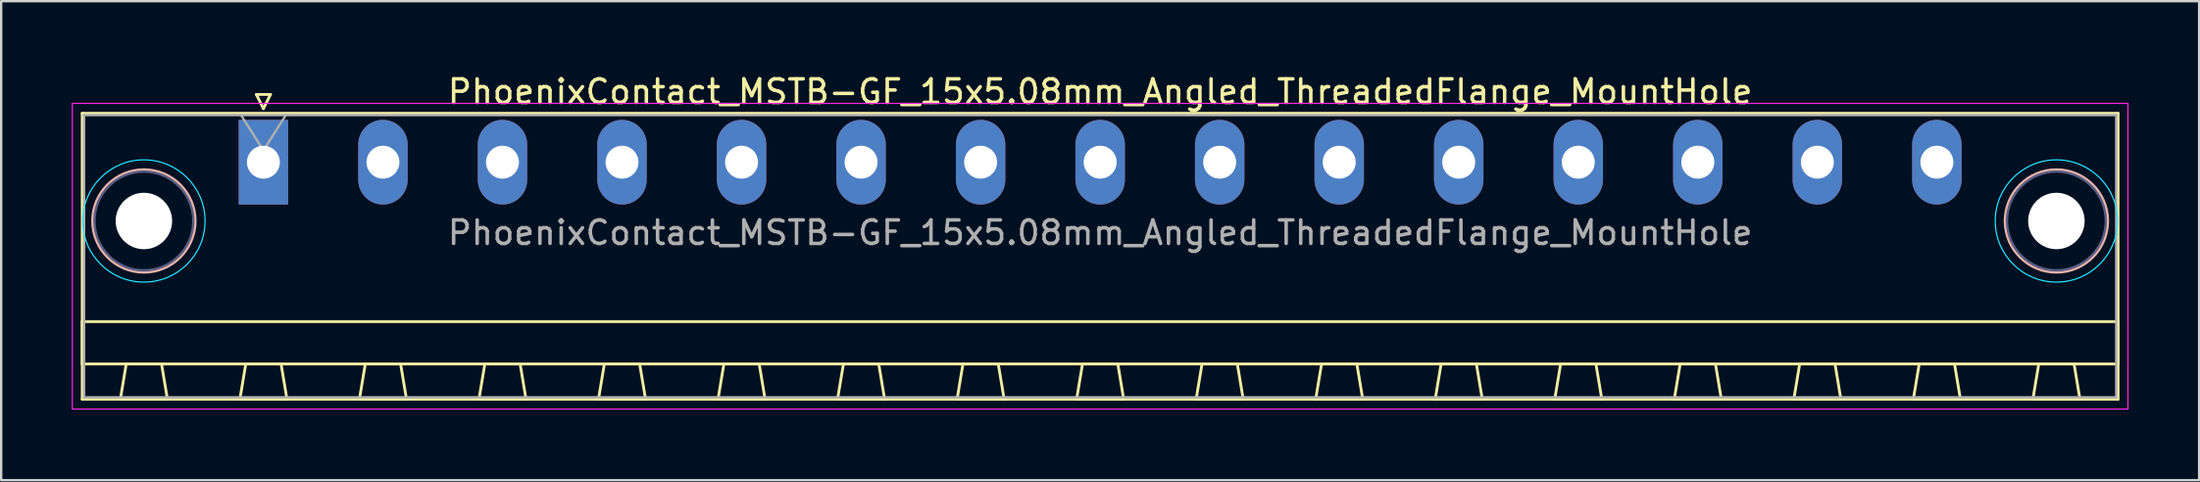
<source format=kicad_pcb>
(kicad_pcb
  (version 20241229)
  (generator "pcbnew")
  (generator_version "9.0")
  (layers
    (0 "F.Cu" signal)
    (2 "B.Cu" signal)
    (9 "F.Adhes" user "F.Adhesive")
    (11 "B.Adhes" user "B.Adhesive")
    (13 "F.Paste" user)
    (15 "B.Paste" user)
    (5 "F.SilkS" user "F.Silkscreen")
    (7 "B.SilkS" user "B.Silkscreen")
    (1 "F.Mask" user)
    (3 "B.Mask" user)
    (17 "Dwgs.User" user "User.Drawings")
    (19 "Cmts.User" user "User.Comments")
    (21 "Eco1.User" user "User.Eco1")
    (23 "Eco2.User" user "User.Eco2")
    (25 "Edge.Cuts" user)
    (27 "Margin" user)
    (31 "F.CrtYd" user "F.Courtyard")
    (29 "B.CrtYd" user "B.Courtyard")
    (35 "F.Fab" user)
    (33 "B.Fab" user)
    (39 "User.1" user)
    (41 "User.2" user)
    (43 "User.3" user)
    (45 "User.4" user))
  (footprint "PhoenixContact_MSTB-GF_15x5.08mm_Angled_ThreadedFlange_MountHole"
    (layer "F.Cu")
    (at 8.145 3.848)
    (property "Reference" "PhoenixContact_MSTB-GF_15x5.08mm_Angled_ThreadedFlange_MountHole" (at 35.56 -3 0) (layer "F.SilkS") (effects (font (size 1 1) (thickness 0.15))))
    (attr through_hole)
    (fp_line (start -7.7 -2.08) (end -7.7 10.08) (stroke (width 0.12) (type solid)) (layer "F.SilkS"))
    (fp_line (start -7.7 6.78) (end 78.82 6.78) (stroke (width 0.12) (type solid)) (layer "F.SilkS"))
    (fp_line (start -7.7 8.58) (end -7.7 6.78) (stroke (width 0.12) (type solid)) (layer "F.SilkS"))
    (fp_line (start -7.7 10.08) (end 78.82 10.08) (stroke (width 0.12) (type solid)) (layer "F.SilkS"))
    (fp_line (start -6.08 10.08) (end -4.08 10.08) (stroke (width 0.12) (type solid)) (layer "F.SilkS"))
    (fp_line (start -5.83 8.58) (end -6.08 10.08) (stroke (width 0.12) (type solid)) (layer "F.SilkS"))
    (fp_line (start -4.33 8.58) (end -5.83 8.58) (stroke (width 0.12) (type solid)) (layer "F.SilkS"))
    (fp_line (start -4.08 10.08) (end -4.33 8.58) (stroke (width 0.12) (type solid)) (layer "F.SilkS"))
    (fp_line (start -1 10.08) (end 1 10.08) (stroke (width 0.12) (type solid)) (layer "F.SilkS"))
    (fp_line (start -0.75 8.58) (end -1 10.08) (stroke (width 0.12) (type solid)) (layer "F.SilkS"))
    (fp_line (start -0.3 -2.88) (end 0.3 -2.88) (stroke (width 0.12) (type solid)) (layer "F.SilkS"))
    (fp_line (start 0 -2.28) (end -0.3 -2.88) (stroke (width 0.12) (type solid)) (layer "F.SilkS"))
    (fp_line (start 0.3 -2.88) (end 0 -2.28) (stroke (width 0.12) (type solid)) (layer "F.SilkS"))
    (fp_line (start 0.75 8.58) (end -0.75 8.58) (stroke (width 0.12) (type solid)) (layer "F.SilkS"))
    (fp_line (start 1 10.08) (end 0.75 8.58) (stroke (width 0.12) (type solid)) (layer "F.SilkS"))
    (fp_line (start 4.08 10.08) (end 6.08 10.08) (stroke (width 0.12) (type solid)) (layer "F.SilkS"))
    (fp_line (start 4.33 8.58) (end 4.08 10.08) (stroke (width 0.12) (type solid)) (layer "F.SilkS"))
    (fp_line (start 5.83 8.58) (end 4.33 8.58) (stroke (width 0.12) (type solid)) (layer "F.SilkS"))
    (fp_line (start 6.08 10.08) (end 5.83 8.58) (stroke (width 0.12) (type solid)) (layer "F.SilkS"))
    (fp_line (start 9.16 10.08) (end 11.16 10.08) (stroke (width 0.12) (type solid)) (layer "F.SilkS"))
    (fp_line (start 9.41 8.58) (end 9.16 10.08) (stroke (width 0.12) (type solid)) (layer "F.SilkS"))
    (fp_line (start 10.91 8.58) (end 9.41 8.58) (stroke (width 0.12) (type solid)) (layer "F.SilkS"))
    (fp_line (start 11.16 10.08) (end 10.91 8.58) (stroke (width 0.12) (type solid)) (layer "F.SilkS"))
    (fp_line (start 14.24 10.08) (end 16.24 10.08) (stroke (width 0.12) (type solid)) (layer "F.SilkS"))
    (fp_line (start 14.49 8.58) (end 14.24 10.08) (stroke (width 0.12) (type solid)) (layer "F.SilkS"))
    (fp_line (start 15.99 8.58) (end 14.49 8.58) (stroke (width 0.12) (type solid)) (layer "F.SilkS"))
    (fp_line (start 16.24 10.08) (end 15.99 8.58) (stroke (width 0.12) (type solid)) (layer "F.SilkS"))
    (fp_line (start 19.32 10.08) (end 21.32 10.08) (stroke (width 0.12) (type solid)) (layer "F.SilkS"))
    (fp_line (start 19.57 8.58) (end 19.32 10.08) (stroke (width 0.12) (type solid)) (layer "F.SilkS"))
    (fp_line (start 21.07 8.58) (end 19.57 8.58) (stroke (width 0.12) (type solid)) (layer "F.SilkS"))
    (fp_line (start 21.32 10.08) (end 21.07 8.58) (stroke (width 0.12) (type solid)) (layer "F.SilkS"))
    (fp_line (start 24.4 10.08) (end 26.4 10.08) (stroke (width 0.12) (type solid)) (layer "F.SilkS"))
    (fp_line (start 24.65 8.58) (end 24.4 10.08) (stroke (width 0.12) (type solid)) (layer "F.SilkS"))
    (fp_line (start 26.15 8.58) (end 24.65 8.58) (stroke (width 0.12) (type solid)) (layer "F.SilkS"))
    (fp_line (start 26.4 10.08) (end 26.15 8.58) (stroke (width 0.12) (type solid)) (layer "F.SilkS"))
    (fp_line (start 29.48 10.08) (end 31.48 10.08) (stroke (width 0.12) (type solid)) (layer "F.SilkS"))
    (fp_line (start 29.73 8.58) (end 29.48 10.08) (stroke (width 0.12) (type solid)) (layer "F.SilkS"))
    (fp_line (start 31.23 8.58) (end 29.73 8.58) (stroke (width 0.12) (type solid)) (layer "F.SilkS"))
    (fp_line (start 31.48 10.08) (end 31.23 8.58) (stroke (width 0.12) (type solid)) (layer "F.SilkS"))
    (fp_line (start 34.56 10.08) (end 36.56 10.08) (stroke (width 0.12) (type solid)) (layer "F.SilkS"))
    (fp_line (start 34.81 8.58) (end 34.56 10.08) (stroke (width 0.12) (type solid)) (layer "F.SilkS"))
    (fp_line (start 36.31 8.58) (end 34.81 8.58) (stroke (width 0.12) (type solid)) (layer "F.SilkS"))
    (fp_line (start 36.56 10.08) (end 36.31 8.58) (stroke (width 0.12) (type solid)) (layer "F.SilkS"))
    (fp_line (start 39.64 10.08) (end 41.64 10.08) (stroke (width 0.12) (type solid)) (layer "F.SilkS"))
    (fp_line (start 39.89 8.58) (end 39.64 10.08) (stroke (width 0.12) (type solid)) (layer "F.SilkS"))
    (fp_line (start 41.39 8.58) (end 39.89 8.58) (stroke (width 0.12) (type solid)) (layer "F.SilkS"))
    (fp_line (start 41.64 10.08) (end 41.39 8.58) (stroke (width 0.12) (type solid)) (layer "F.SilkS"))
    (fp_line (start 44.72 10.08) (end 46.72 10.08) (stroke (width 0.12) (type solid)) (layer "F.SilkS"))
    (fp_line (start 44.97 8.58) (end 44.72 10.08) (stroke (width 0.12) (type solid)) (layer "F.SilkS"))
    (fp_line (start 46.47 8.58) (end 44.97 8.58) (stroke (width 0.12) (type solid)) (layer "F.SilkS"))
    (fp_line (start 46.72 10.08) (end 46.47 8.58) (stroke (width 0.12) (type solid)) (layer "F.SilkS"))
    (fp_line (start 49.8 10.08) (end 51.8 10.08) (stroke (width 0.12) (type solid)) (layer "F.SilkS"))
    (fp_line (start 50.05 8.58) (end 49.8 10.08) (stroke (width 0.12) (type solid)) (layer "F.SilkS"))
    (fp_line (start 51.55 8.58) (end 50.05 8.58) (stroke (width 0.12) (type solid)) (layer "F.SilkS"))
    (fp_line (start 51.8 10.08) (end 51.55 8.58) (stroke (width 0.12) (type solid)) (layer "F.SilkS"))
    (fp_line (start 54.88 10.08) (end 56.88 10.08) (stroke (width 0.12) (type solid)) (layer "F.SilkS"))
    (fp_line (start 55.13 8.58) (end 54.88 10.08) (stroke (width 0.12) (type solid)) (layer "F.SilkS"))
    (fp_line (start 56.63 8.58) (end 55.13 8.58) (stroke (width 0.12) (type solid)) (layer "F.SilkS"))
    (fp_line (start 56.88 10.08) (end 56.63 8.58) (stroke (width 0.12) (type solid)) (layer "F.SilkS"))
    (fp_line (start 59.96 10.08) (end 61.96 10.08) (stroke (width 0.12) (type solid)) (layer "F.SilkS"))
    (fp_line (start 60.21 8.58) (end 59.96 10.08) (stroke (width 0.12) (type solid)) (layer "F.SilkS"))
    (fp_line (start 61.71 8.58) (end 60.21 8.58) (stroke (width 0.12) (type solid)) (layer "F.SilkS"))
    (fp_line (start 61.96 10.08) (end 61.71 8.58) (stroke (width 0.12) (type solid)) (layer "F.SilkS"))
    (fp_line (start 65.04 10.08) (end 67.04 10.08) (stroke (width 0.12) (type solid)) (layer "F.SilkS"))
    (fp_line (start 65.29 8.58) (end 65.04 10.08) (stroke (width 0.12) (type solid)) (layer "F.SilkS"))
    (fp_line (start 66.79 8.58) (end 65.29 8.58) (stroke (width 0.12) (type solid)) (layer "F.SilkS"))
    (fp_line (start 67.04 10.08) (end 66.79 8.58) (stroke (width 0.12) (type solid)) (layer "F.SilkS"))
    (fp_line (start 70.12 10.08) (end 72.12 10.08) (stroke (width 0.12) (type solid)) (layer "F.SilkS"))
    (fp_line (start 70.37 8.58) (end 70.12 10.08) (stroke (width 0.12) (type solid)) (layer "F.SilkS"))
    (fp_line (start 71.87 8.58) (end 70.37 8.58) (stroke (width 0.12) (type solid)) (layer "F.SilkS"))
    (fp_line (start 72.12 10.08) (end 71.87 8.58) (stroke (width 0.12) (type solid)) (layer "F.SilkS"))
    (fp_line (start 75.2 10.08) (end 77.2 10.08) (stroke (width 0.12) (type solid)) (layer "F.SilkS"))
    (fp_line (start 75.45 8.58) (end 75.2 10.08) (stroke (width 0.12) (type solid)) (layer "F.SilkS"))
    (fp_line (start 76.95 8.58) (end 75.45 8.58) (stroke (width 0.12) (type solid)) (layer "F.SilkS"))
    (fp_line (start 77.2 10.08) (end 76.95 8.58) (stroke (width 0.12) (type solid)) (layer "F.SilkS"))
    (fp_line (start 78.82 -2.08) (end -7.7 -2.08) (stroke (width 0.12) (type solid)) (layer "F.SilkS"))
    (fp_line (start 78.82 6.78) (end 78.82 8.58) (stroke (width 0.12) (type solid)) (layer "F.SilkS"))
    (fp_line (start 78.82 8.58) (end -7.7 8.58) (stroke (width 0.12) (type solid)) (layer "F.SilkS"))
    (fp_line (start 78.82 10.08) (end 78.82 -2.08) (stroke (width 0.12) (type solid)) (layer "F.SilkS"))
    (fp_circle (center -5.08 2.5) (end -2.9 2.5) (stroke (width 0.12) (type solid)) (fill no) (layer "B.SilkS"))
    (fp_circle (center 76.2 2.5) (end 78.38 2.5) (stroke (width 0.12) (type solid)) (fill no) (layer "B.SilkS"))
    (fp_circle (center -5.08 2.5) (end -2.48 2.5) (stroke (width 0.05) (type solid)) (fill no) (layer "B.CrtYd"))
    (fp_circle (center 76.2 2.5) (end 78.8 2.5) (stroke (width 0.05) (type solid)) (fill no) (layer "B.CrtYd"))
    (fp_line (start -8.12 -2.5) (end -8.12 10.5) (stroke (width 0.05) (type solid)) (layer "F.CrtYd"))
    (fp_line (start -8.12 10.5) (end 79.24 10.5) (stroke (width 0.05) (type solid)) (layer "F.CrtYd"))
    (fp_line (start 79.24 -2.5) (end -8.12 -2.5) (stroke (width 0.05) (type solid)) (layer "F.CrtYd"))
    (fp_line (start 79.24 10.5) (end 79.24 -2.5) (stroke (width 0.05) (type solid)) (layer "F.CrtYd"))
    (fp_circle (center -5.08 2.5) (end -2.98 2.5) (stroke (width 0.1) (type solid)) (fill no) (layer "B.Fab"))
    (fp_circle (center 76.2 2.5) (end 78.3 2.5) (stroke (width 0.1) (type solid)) (fill no) (layer "B.Fab"))
    (fp_line (start -7.62 -2) (end -7.62 10) (stroke (width 0.1) (type solid)) (layer "F.Fab"))
    (fp_line (start -7.62 10) (end 78.74 10) (stroke (width 0.1) (type solid)) (layer "F.Fab"))
    (fp_line (start 0 -0.5) (end -0.95 -2) (stroke (width 0.1) (type solid)) (layer "F.Fab"))
    (fp_line (start 0.95 -2) (end 0 -0.5) (stroke (width 0.1) (type solid)) (layer "F.Fab"))
    (fp_line (start 78.74 -2) (end -7.62 -2) (stroke (width 0.1) (type solid)) (layer "F.Fab"))
    (fp_line (start 78.74 10) (end 78.74 -2) (stroke (width 0.1) (type solid)) (layer "F.Fab"))
    (fp_text user "${REFERENCE}" (at 35.56 3 0) (layer "F.Fab") (effects (font (size 1 1) (thickness 0.15))))
    (pad "" np_thru_hole circle (at -5.08 2.5) (size 2.4 2.4) (drill 2.4) (layers "*.Cu" "*.Mask"))
    (pad "" np_thru_hole circle (at 76.2 2.5) (size 2.4 2.4) (drill 2.4) (layers "*.Cu" "*.Mask"))
    (pad "1" thru_hole rect (at 0 0) (size 2.1 3.6) (drill 1.4) (layers "*.Cu" "*.Mask"))
    (pad "2" thru_hole oval (at 5.08 0) (size 2.1 3.6) (drill 1.4) (layers "*.Cu" "*.Mask"))
    (pad "3" thru_hole oval (at 10.16 0) (size 2.1 3.6) (drill 1.4) (layers "*.Cu" "*.Mask"))
    (pad "4" thru_hole oval (at 15.24 0) (size 2.1 3.6) (drill 1.4) (layers "*.Cu" "*.Mask"))
    (pad "5" thru_hole oval (at 20.32 0) (size 2.1 3.6) (drill 1.4) (layers "*.Cu" "*.Mask"))
    (pad "6" thru_hole oval (at 25.4 0) (size 2.1 3.6) (drill 1.4) (layers "*.Cu" "*.Mask"))
    (pad "7" thru_hole oval (at 30.48 0) (size 2.1 3.6) (drill 1.4) (layers "*.Cu" "*.Mask"))
    (pad "8" thru_hole oval (at 35.56 0) (size 2.1 3.6) (drill 1.4) (layers "*.Cu" "*.Mask"))
    (pad "9" thru_hole oval (at 40.64 0) (size 2.1 3.6) (drill 1.4) (layers "*.Cu" "*.Mask"))
    (pad "10" thru_hole oval (at 45.72 0) (size 2.1 3.6) (drill 1.4) (layers "*.Cu" "*.Mask"))
    (pad "11" thru_hole oval (at 50.8 0) (size 2.1 3.6) (drill 1.4) (layers "*.Cu" "*.Mask"))
    (pad "12" thru_hole oval (at 55.88 0) (size 2.1 3.6) (drill 1.4) (layers "*.Cu" "*.Mask"))
    (pad "13" thru_hole oval (at 60.96 0) (size 2.1 3.6) (drill 1.4) (layers "*.Cu" "*.Mask"))
    (pad "14" thru_hole oval (at 66.04 0) (size 2.1 3.6) (drill 1.4) (layers "*.Cu" "*.Mask"))
    (pad "15" thru_hole oval (at 71.12 0) (size 2.1 3.6) (drill 1.4) (layers "*.Cu" "*.Mask")))
  (gr_rect
    (start -3 -3)
    (end 90.41 17.373)
    (stroke (width 0.1) (type default))
    (fill no)
    (layer "Edge.Cuts")))
</source>
